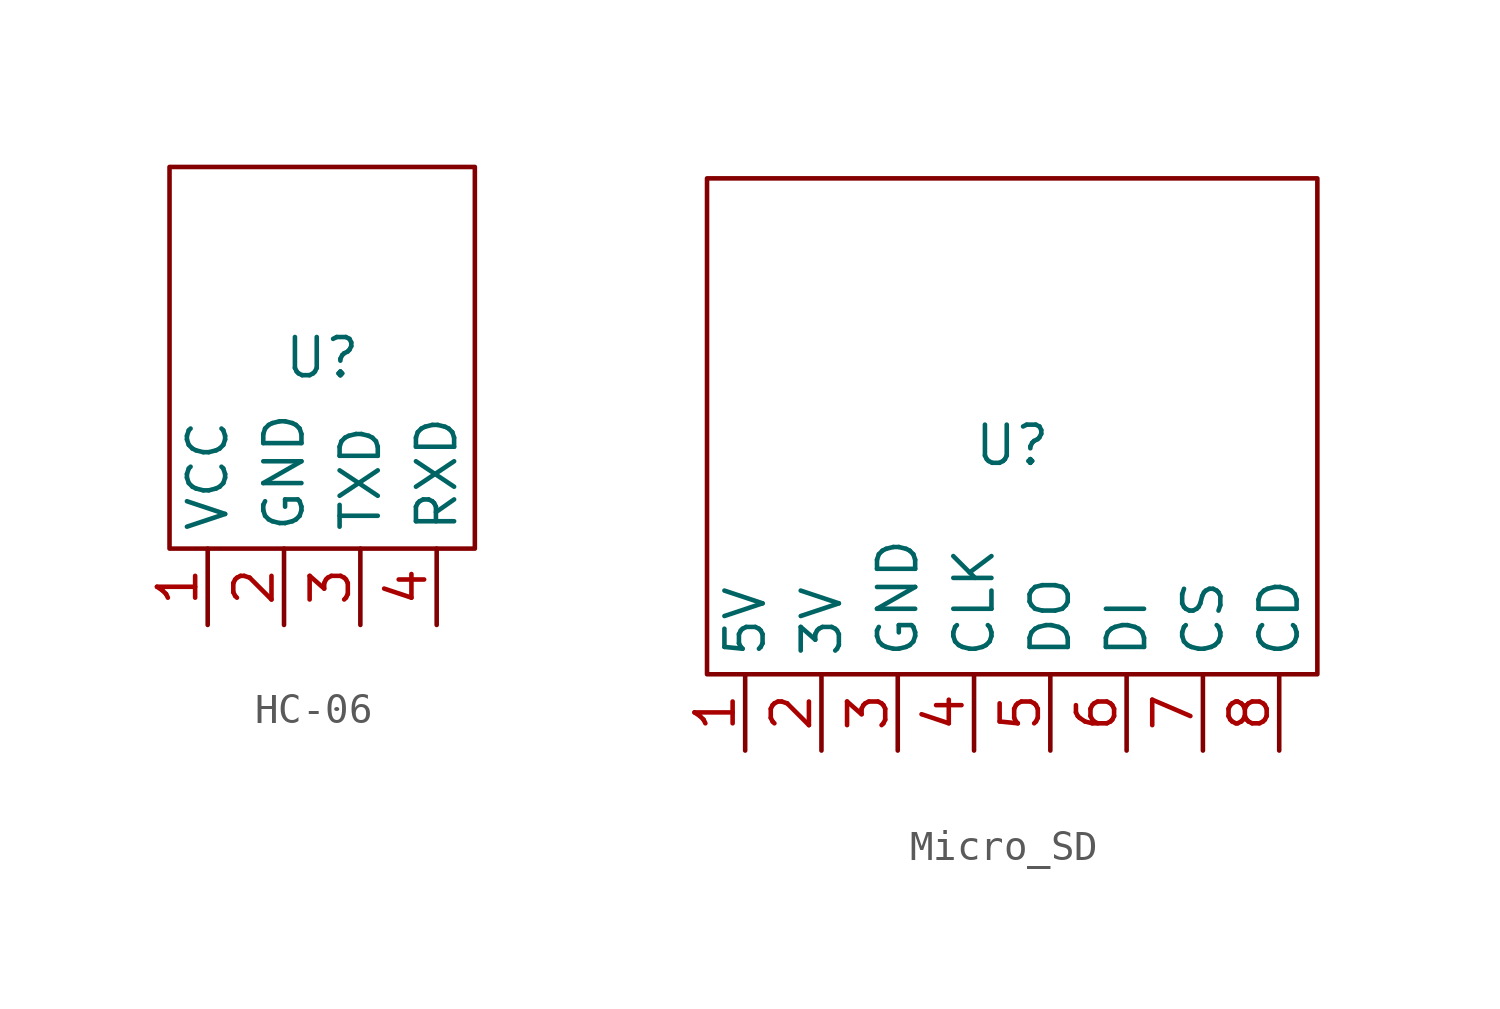
<source format=kicad_sym>
(kicad_symbol_lib
  (version 20231120)
  (generator "kicad_symbol_editor")
  (generator_version "8.0")
  (symbol "HC-06"
    (property "Reference" "U"
      (at 0 0 0)
      (effects (font (size 1.27 1.27))))
    (property "Value" ""
      (at 0 0 0)
      (effects (font (size 1.27 1.27))))
    (symbol "HC-06_0_1"
      (rectangle (start -5.08 6.35) (end 5.08 -6.35) (stroke (width 0) (type default)) (fill (type none))))
    (symbol "HC-06_1_1"
      (pin power_in line (at -3.81 -8.89 90) (length 2.54) (name "VCC" (effects (font (size 1.27 1.27)))) (number "1" (effects (font (size 1.27 1.27)))))
      (pin power_in line (at -1.27 -8.89 90) (length 2.54) (name "GND" (effects (font (size 1.27 1.27)))) (number "2" (effects (font (size 1.27 1.27)))))
      (pin unspecified line (at 1.27 -8.89 90) (length 2.54) (name "TXD" (effects (font (size 1.27 1.27)))) (number "3" (effects (font (size 1.27 1.27)))))
      (pin unspecified line (at 3.81 -8.89 90) (length 2.54) (name "RXD" (effects (font (size 1.27 1.27)))) (number "4" (effects (font (size 1.27 1.27)))))))
  (symbol "Micro_SD"
    (property "Reference" "U"
      (at 0 0 0)
      (effects (font (size 1.27 1.27))))
    (property "Value" ""
      (at 0 0 0)
      (effects (font (size 1.27 1.27))))
    (symbol "Micro_SD_0_1"
      (rectangle (start -10.16 8.89) (end 10.16 -7.62) (stroke (width 0) (type default)) (fill (type none))))
    (symbol "Micro_SD_1_1"
      (pin unspecified line (at -8.89 -10.16 90) (length 2.54) (name "5V" (effects (font (size 1.27 1.27)))) (number "1" (effects (font (size 1.27 1.27)))))
      (pin unspecified line (at -6.35 -10.16 90) (length 2.54) (name "3V" (effects (font (size 1.27 1.27)))) (number "2" (effects (font (size 1.27 1.27)))))
      (pin unspecified line (at -3.81 -10.16 90) (length 2.54) (name "GND" (effects (font (size 1.27 1.27)))) (number "3" (effects (font (size 1.27 1.27)))))
      (pin unspecified line (at -1.27 -10.16 90) (length 2.54) (name "CLK" (effects (font (size 1.27 1.27)))) (number "4" (effects (font (size 1.27 1.27)))))
      (pin unspecified line (at 1.27 -10.16 90) (length 2.54) (name "DO" (effects (font (size 1.27 1.27)))) (number "5" (effects (font (size 1.27 1.27)))))
      (pin unspecified line (at 3.81 -10.16 90) (length 2.54) (name "DI" (effects (font (size 1.27 1.27)))) (number "6" (effects (font (size 1.27 1.27)))))
      (pin unspecified line (at 6.35 -10.16 90) (length 2.54) (name "CS" (effects (font (size 1.27 1.27)))) (number "7" (effects (font (size 1.27 1.27)))))
      (pin unspecified line (at 8.89 -10.16 90) (length 2.54) (name "CD" (effects (font (size 1.27 1.27)))) (number "8" (effects (font (size 1.27 1.27))))))))
</source>
